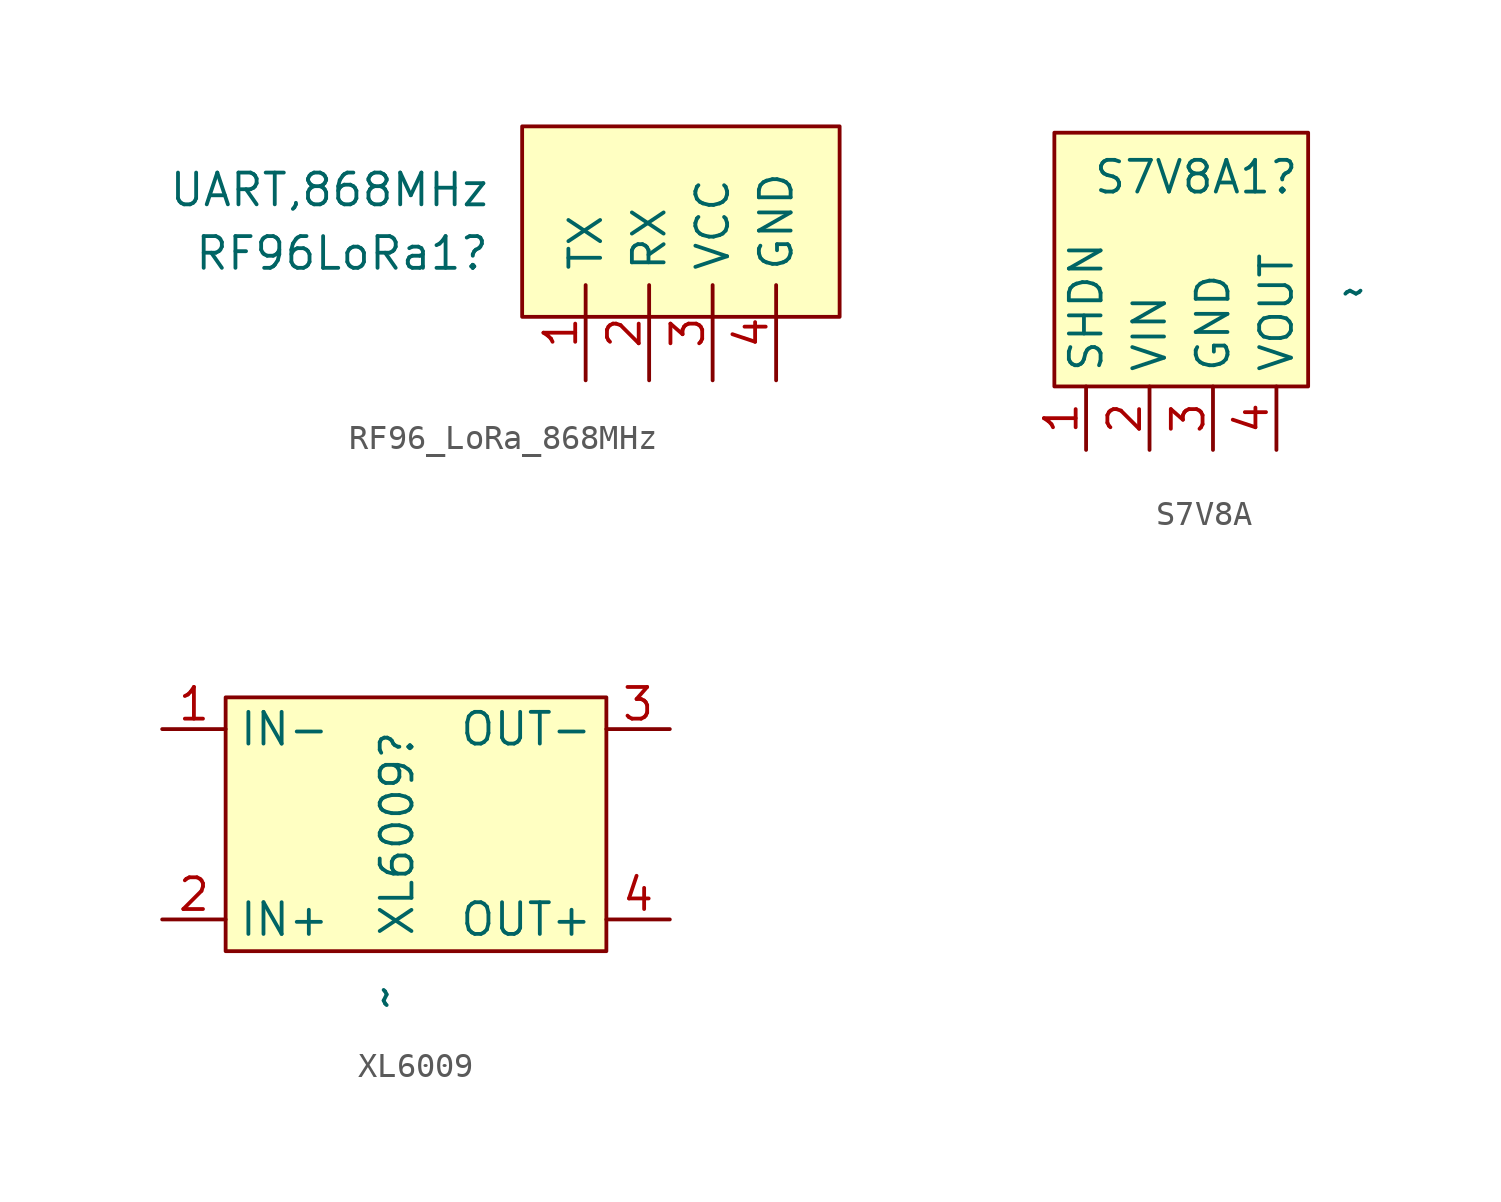
<source format=kicad_sym>
(kicad_symbol_lib
  (version 20231120)
  (generator "kicad_symbol_editor")
  (generator_version "8.0")
  (symbol "RF96_LoRa_868MHz"
    (property "Reference" "RF96LoRa1"
      (at -7.62 -1.27 0)
      (effects (font (size 1.27 1.27)) (justify right)))
    (property "Value" "UART,868MHz"
      (at -7.62 1.27 0)
      (effects (font (size 1.27 1.27)) (justify right)))
    (symbol "RF96_LoRa_868MHz_1_1"
      (rectangle (start -6.35 3.81) (end 6.35 -3.81) (stroke (width 0) (type default)) (fill (type background)))
      (pin output line (at -3.81 -6.35 90) (length 3.81) (name "TX" (effects (font (size 1.27 1.27)))) (number "1" (effects (font (size 1.27 1.27)))))
      (pin input line (at -1.27 -6.35 90) (length 3.81) (name "RX" (effects (font (size 1.27 1.27)))) (number "2" (effects (font (size 1.27 1.27)))))
      (pin input line (at 1.27 -6.35 90) (length 3.81) (name "VCC" (effects (font (size 1.27 1.27)))) (number "3" (effects (font (size 1.27 1.27)))))
      (pin input line (at 3.81 -6.35 90) (length 3.81) (name "GND" (effects (font (size 1.27 1.27)))) (number "4" (effects (font (size 1.27 1.27)))))))
  (symbol "S7V8A"
    (property "Reference" "S7V8A1"
      (at -3.556 3.302 0)
      (effects (font (size 1.27 1.27)) (justify left)))
    (property "Value" "~"
      (at 6.35 -1.27 0)
      (effects (font (size 1.27 1.27)) (justify left)))
    (symbol "S7V8A_1_1"
      (rectangle (start -5.08 5.08) (end 5.08 -5.08) (stroke (width 0) (type default)) (fill (type background)))
      (pin input line (at -3.81 -7.62 90) (length 2.54) (name "SHDN" (effects (font (size 1.27 1.27)))) (number "1" (effects (font (size 1.27 1.27)))))
      (pin power_in line (at -1.27 -7.62 90) (length 2.54) (name "VIN" (effects (font (size 1.27 1.27)))) (number "2" (effects (font (size 1.27 1.27)))))
      (pin input line (at 1.27 -7.62 90) (length 2.54) (name "GND" (effects (font (size 1.27 1.27)))) (number "3" (effects (font (size 1.27 1.27)))))
      (pin power_out line (at 3.81 -7.62 90) (length 2.54) (name "VOUT" (effects (font (size 1.27 1.27)))) (number "4" (effects (font (size 1.27 1.27)))))))
  (symbol "XL6009"
    (property "Reference" "XL6009"
      (at -0.762 3.81 90)
      (effects (font (size 1.27 1.27)) (justify right)))
    (property "Value" "~"
      (at -1.27 -6.35 90)
      (effects (font (size 1.27 1.27)) (justify right)))
    (symbol "XL6009_1_1"
      (rectangle (start -7.62 5.08) (end 7.62 -5.08) (stroke (width 0) (type default)) (fill (type background)))
      (pin power_in line (at -10.16 3.81 0) (length 2.54) (name "IN-" (effects (font (size 1.27 1.27)))) (number "1" (effects (font (size 1.27 1.27)))))
      (pin power_in line (at -10.16 -3.81 0) (length 2.54) (name "IN+" (effects (font (size 1.27 1.27)))) (number "2" (effects (font (size 1.27 1.27)))))
      (pin power_out line (at 10.16 3.81 180) (length 2.54) (name "OUT-" (effects (font (size 1.27 1.27)))) (number "3" (effects (font (size 1.27 1.27)))))
      (pin power_out line (at 10.16 -3.81 180) (length 2.54) (name "OUT+" (effects (font (size 1.27 1.27)))) (number "4" (effects (font (size 1.27 1.27))))))))
</source>
